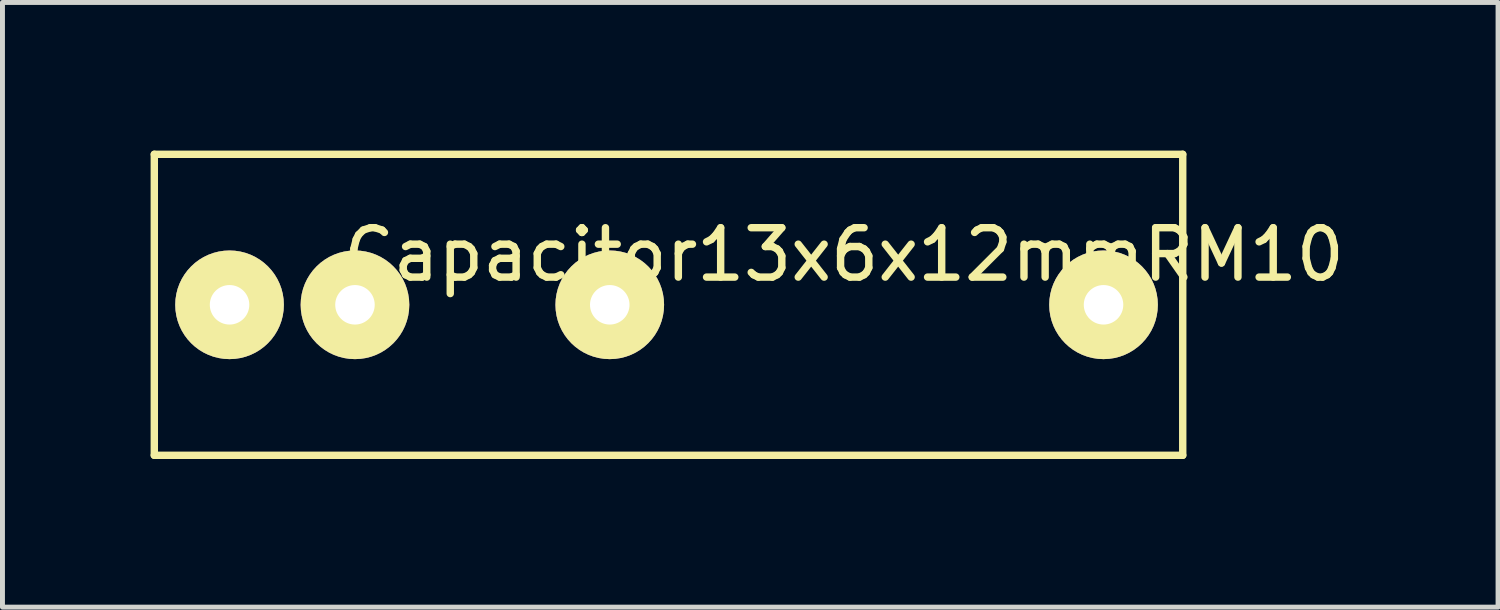
<source format=kicad_pcb>
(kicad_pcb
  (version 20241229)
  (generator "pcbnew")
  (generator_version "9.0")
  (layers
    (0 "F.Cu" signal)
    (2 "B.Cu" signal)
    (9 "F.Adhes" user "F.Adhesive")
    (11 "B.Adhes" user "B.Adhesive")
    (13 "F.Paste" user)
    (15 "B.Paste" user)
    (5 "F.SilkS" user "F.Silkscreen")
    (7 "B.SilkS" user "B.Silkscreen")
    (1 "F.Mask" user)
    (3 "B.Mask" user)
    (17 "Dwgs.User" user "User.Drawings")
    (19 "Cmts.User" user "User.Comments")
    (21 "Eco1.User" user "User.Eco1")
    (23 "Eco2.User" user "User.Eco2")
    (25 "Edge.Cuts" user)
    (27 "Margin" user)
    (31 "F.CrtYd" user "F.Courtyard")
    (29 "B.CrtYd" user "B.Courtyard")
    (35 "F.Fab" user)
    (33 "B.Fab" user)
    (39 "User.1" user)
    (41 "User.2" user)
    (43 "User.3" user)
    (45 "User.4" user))
  (footprint "Capacitor13x6x12mmRM10"
    (layer "F.Cu")
    (at 14.299 3.123)
    (property "Reference" "Capacitor13x6x12mmRM10" (at -0.254 -1.016 0) (layer "F.SilkS") (effects (font (size 1 1) (thickness 0.15))))
    (attr through_hole)
    (fp_line (start -14.224 -3.048) (end -14.224 3.048) (stroke (width 0.15) (type solid)) (layer "F.SilkS"))
    (fp_line (start -14.224 3.048) (end 6.604 3.048) (stroke (width 0.15) (type solid)) (layer "F.SilkS"))
    (fp_line (start 6.604 -3.048) (end -14.224 -3.048) (stroke (width 0.15) (type solid)) (layer "F.SilkS"))
    (fp_line (start 6.604 3.048) (end 6.604 -3.048) (stroke (width 0.15) (type solid)) (layer "F.SilkS"))
    (pad "1" thru_hole circle (at -12.7 0) (size 2.2 2.2) (drill 0.8) (layers "*.Cu" "*.Mask" "F.SilkS"))
    (pad "1" thru_hole circle (at -10.16 0) (size 2.2 2.2) (drill 0.8) (layers "*.Cu" "*.Mask" "F.SilkS"))
    (pad "1" thru_hole circle (at -5 0) (size 2.2 2.2) (drill 0.8) (layers "*.Cu" "*.Mask" "F.SilkS"))
    (pad "2" thru_hole circle (at 5 0) (size 2.2 2.2) (drill 0.8) (layers "*.Cu" "*.Mask" "F.SilkS")))
  (gr_rect
    (start -3 -3)
    (end 27.289 9.246)
    (stroke (width 0.1) (type default))
    (fill no)
    (layer "Edge.Cuts")))
</source>
